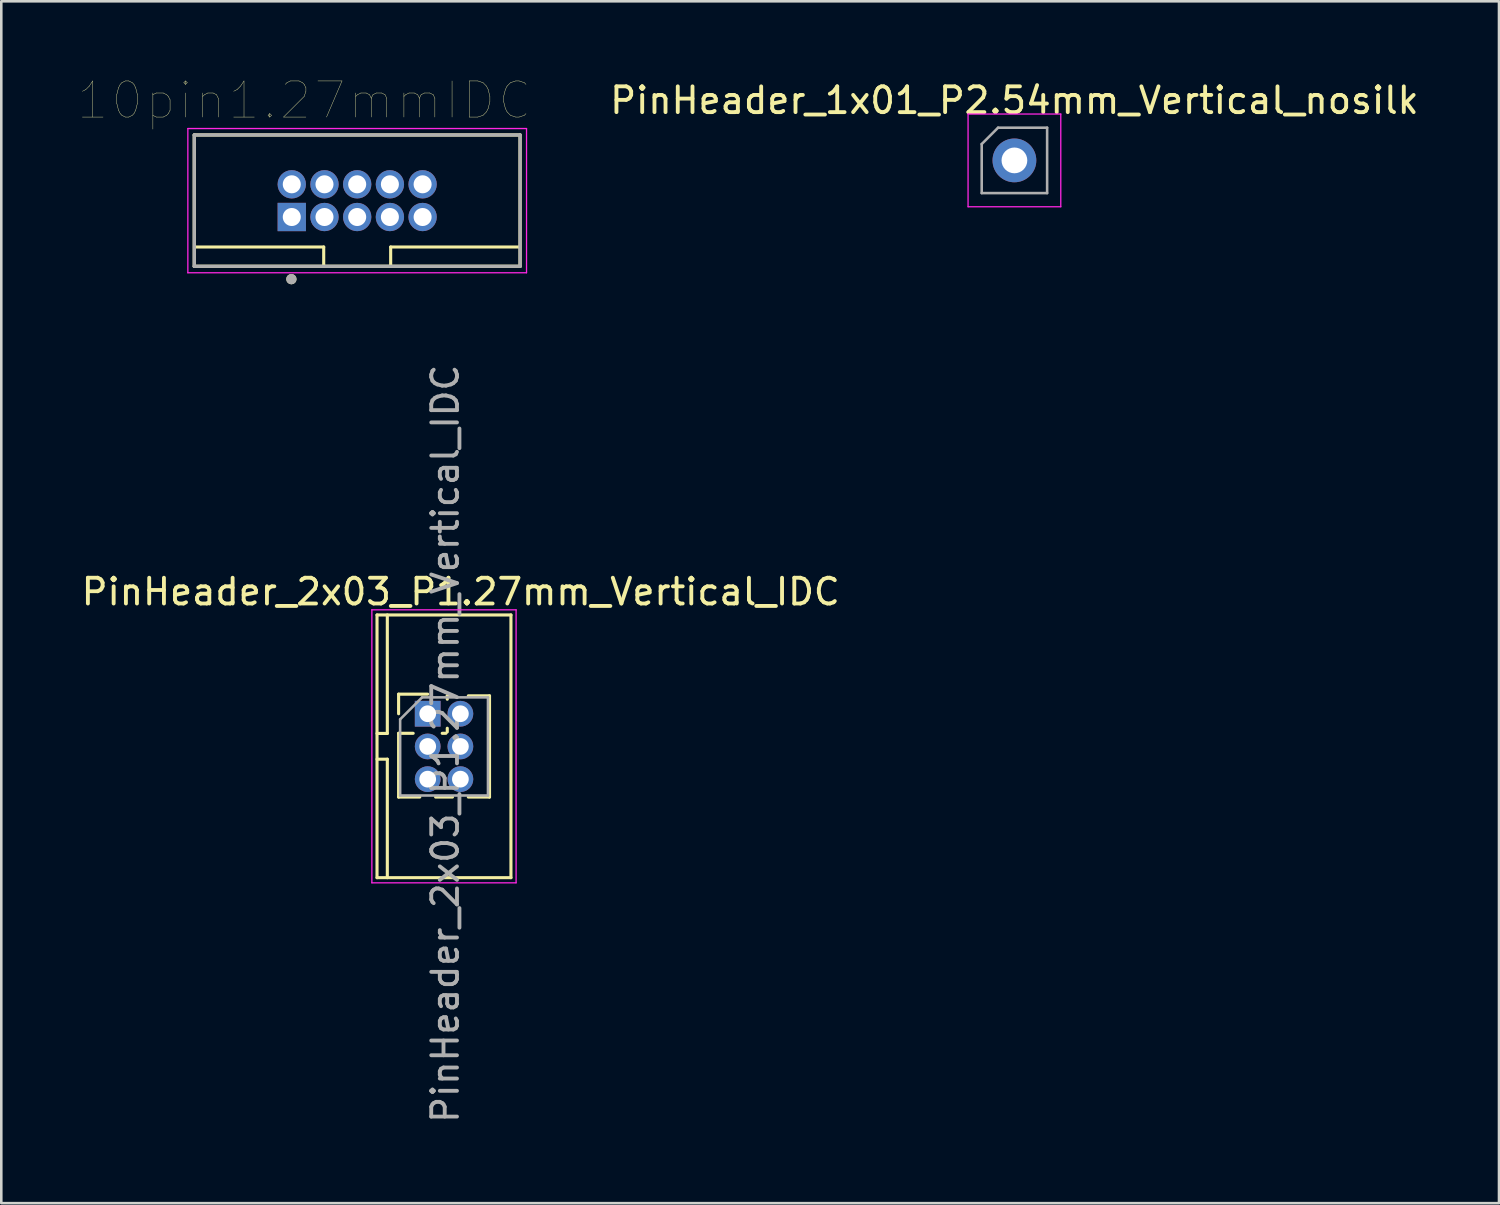
<source format=kicad_pcb>
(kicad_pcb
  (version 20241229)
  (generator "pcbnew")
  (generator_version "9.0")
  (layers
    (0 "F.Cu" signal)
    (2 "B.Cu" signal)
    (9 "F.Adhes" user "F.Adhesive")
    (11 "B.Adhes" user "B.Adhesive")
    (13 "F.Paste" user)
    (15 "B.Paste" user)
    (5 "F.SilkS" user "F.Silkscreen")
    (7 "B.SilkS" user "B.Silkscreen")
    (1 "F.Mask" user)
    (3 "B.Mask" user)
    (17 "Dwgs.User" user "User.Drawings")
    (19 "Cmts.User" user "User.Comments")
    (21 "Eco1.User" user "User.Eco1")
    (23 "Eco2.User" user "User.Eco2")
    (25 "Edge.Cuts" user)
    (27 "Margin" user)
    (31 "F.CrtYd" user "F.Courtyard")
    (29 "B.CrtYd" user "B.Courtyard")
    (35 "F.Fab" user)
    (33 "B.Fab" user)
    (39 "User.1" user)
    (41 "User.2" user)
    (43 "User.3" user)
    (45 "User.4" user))
  (footprint "PinHeader_1x01_P2.54mm_Vertical_nosilk"
    (layer "F.Cu")
    (at 36.338 3.178)
    (property "Reference" "PinHeader_1x01_P2.54mm_Vertical_nosilk" (at 0 -2.33 0) (layer "F.SilkS") (effects (font (size 1 1) (thickness 0.15))))
    (attr through_hole)
    (fp_line (start -1.8 -1.8) (end -1.8 1.8) (stroke (width 0.05) (type solid)) (layer "F.CrtYd"))
    (fp_line (start -1.8 1.8) (end 1.8 1.8) (stroke (width 0.05) (type solid)) (layer "F.CrtYd"))
    (fp_line (start 1.8 -1.8) (end -1.8 -1.8) (stroke (width 0.05) (type solid)) (layer "F.CrtYd"))
    (fp_line (start 1.8 1.8) (end 1.8 -1.8) (stroke (width 0.05) (type solid)) (layer "F.CrtYd"))
    (fp_line (start -1.27 -0.635) (end -0.635 -1.27) (stroke (width 0.1) (type solid)) (layer "F.Fab"))
    (fp_line (start -1.27 1.27) (end -1.27 -0.635) (stroke (width 0.1) (type solid)) (layer "F.Fab"))
    (fp_line (start -0.635 -1.27) (end 1.27 -1.27) (stroke (width 0.1) (type solid)) (layer "F.Fab"))
    (fp_line (start 1.27 -1.27) (end 1.27 1.27) (stroke (width 0.1) (type solid)) (layer "F.Fab"))
    (fp_line (start 1.27 1.27) (end -1.27 1.27) (stroke (width 0.1) (type solid)) (layer "F.Fab"))
    (pad "1" thru_hole circle (at 0 0) (size 1.7 1.7) (drill 1) (layers "*.Cu" "*.Mask")))
  (footprint "PinHeader_2x03_P1.27mm_Vertical_IDC"
    (layer "F.Cu")
    (at 14.189 25.928)
    (property "Reference" "PinHeader_2x03_P1.27mm_Vertical_IDC" (at 0.65 -6 0) (layer "F.SilkS") (effects (font (size 1 1) (thickness 0.15))))
    (attr through_hole)
    (fp_line (start -2.6 -5.1) (end 2.6 -5.1) (stroke (width 0.12) (type solid)) (layer "F.SilkS"))
    (fp_line (start -2.6 -0.5) (end -2.2 -0.5) (stroke (width 0.12) (type solid)) (layer "F.SilkS"))
    (fp_line (start -2.6 0.5) (end -2.2 0.5) (stroke (width 0.12) (type solid)) (layer "F.SilkS"))
    (fp_line (start -2.6 5.1) (end -2.6 -5.1) (stroke (width 0.12) (type solid)) (layer "F.SilkS"))
    (fp_line (start -2.2 -0.5) (end -2.2 -5.1) (stroke (width 0.12) (type solid)) (layer "F.SilkS"))
    (fp_line (start -2.2 0.5) (end -2.2 5.1) (stroke (width 0.12) (type solid)) (layer "F.SilkS"))
    (fp_line (start -1.762 -2.025) (end -0.632 -2.025) (stroke (width 0.12) (type solid)) (layer "F.SilkS"))
    (fp_line (start -1.762 -1.265) (end -1.762 -2.025) (stroke (width 0.12) (type solid)) (layer "F.SilkS"))
    (fp_line (start -1.762 -0.505) (end -1.762 1.97) (stroke (width 0.12) (type solid)) (layer "F.SilkS"))
    (fp_line (start -1.762 -0.505) (end -1.196 -0.505) (stroke (width 0.12) (type solid)) (layer "F.SilkS"))
    (fp_line (start -1.762 1.97) (end -0.94 1.97) (stroke (width 0.12) (type solid)) (layer "F.SilkS"))
    (fp_line (start -0.325 1.97) (end 0.33 1.97) (stroke (width 0.12) (type solid)) (layer "F.SilkS"))
    (fp_line (start -0.069 -0.505) (end 0.074 -0.505) (stroke (width 0.12) (type solid)) (layer "F.SilkS"))
    (fp_line (start 0.128 -1.96) (end 0.33 -1.96) (stroke (width 0.12) (type solid)) (layer "F.SilkS"))
    (fp_line (start 0.128 -1.828) (end 0.128 -1.96) (stroke (width 0.12) (type solid)) (layer "F.SilkS"))
    (fp_line (start 0.128 -0.558) (end 0.128 -0.702) (stroke (width 0.12) (type solid)) (layer "F.SilkS"))
    (fp_line (start 0.945 -1.96) (end 1.768 -1.96) (stroke (width 0.12) (type solid)) (layer "F.SilkS"))
    (fp_line (start 0.945 1.97) (end 1.768 1.97) (stroke (width 0.12) (type solid)) (layer "F.SilkS"))
    (fp_line (start 1.768 -1.96) (end 1.768 1.97) (stroke (width 0.12) (type solid)) (layer "F.SilkS"))
    (fp_line (start 2.6 -5.1) (end 2.6 5.1) (stroke (width 0.12) (type solid)) (layer "F.SilkS"))
    (fp_line (start 2.6 5.1) (end -2.6 5.1) (stroke (width 0.12) (type solid)) (layer "F.SilkS"))
    (fp_line (start -2.8 -5.3) (end -2.8 5.3) (stroke (width 0.05) (type solid)) (layer "F.CrtYd"))
    (fp_line (start -2.8 5.3) (end 2.8 5.3) (stroke (width 0.05) (type solid)) (layer "F.CrtYd"))
    (fp_line (start 2.8 -5.3) (end -2.8 -5.3) (stroke (width 0.05) (type solid)) (layer "F.CrtYd"))
    (fp_line (start 2.8 5.3) (end 2.8 -5.3) (stroke (width 0.05) (type solid)) (layer "F.CrtYd"))
    (fp_line (start -1.702 -1.048) (end -0.85 -1.9) (stroke (width 0.1) (type solid)) (layer "F.Fab"))
    (fp_line (start -1.702 1.91) (end -1.702 -1.048) (stroke (width 0.1) (type solid)) (layer "F.Fab"))
    (fp_line (start -0.85 -1.9) (end 1.708 -1.9) (stroke (width 0.1) (type solid)) (layer "F.Fab"))
    (fp_line (start 1.708 -1.9) (end 1.708 1.91) (stroke (width 0.1) (type solid)) (layer "F.Fab"))
    (fp_line (start 1.708 1.91) (end -1.702 1.91) (stroke (width 0.1) (type solid)) (layer "F.Fab"))
    (fp_text user "${REFERENCE}" (at 0.05 -0.1 90) (layer "F.Fab") (effects (font (size 1 1) (thickness 0.15))))
    (pad "1" thru_hole rect (at -0.632 -1.265) (size 1 1) (drill 0.65) (layers "*.Cu" "*.Mask"))
    (pad "2" thru_hole oval (at 0.637 -1.265) (size 1 1) (drill 0.65) (layers "*.Cu" "*.Mask"))
    (pad "3" thru_hole oval (at -0.632 0.005) (size 1 1) (drill 0.65) (layers "*.Cu" "*.Mask"))
    (pad "4" thru_hole oval (at 0.637 0.005) (size 1 1) (drill 0.65) (layers "*.Cu" "*.Mask"))
    (pad "5" thru_hole oval (at -0.632 1.275) (size 1 1) (drill 0.65) (layers "*.Cu" "*.Mask"))
    (pad "6" thru_hole oval (at 0.637 1.275) (size 1 1) (drill 0.65) (layers "*.Cu" "*.Mask")))
  (footprint "10pin1.27mmIDC"
    (layer "F.Cu")
    (at 10.819 4.741)
    (property "Reference" "10pin1.27mmIDC" (at -2.058 -3.894 0) (layer "F.SilkS") (effects (font (size 1.402 1.402) (thickness 0.015))))
    (attr through_hole)
    (fp_line (start -6.325 -2.55) (end 6.325 -2.55) (stroke (width 0.127) (type solid)) (layer "F.SilkS"))
    (fp_line (start -6.325 2.55) (end -6.325 -2.55) (stroke (width 0.127) (type solid)) (layer "F.SilkS"))
    (fp_line (start -1.3 1.8) (end -6.3 1.8) (stroke (width 0.12) (type solid)) (layer "F.SilkS"))
    (fp_line (start -1.3 2.5) (end -1.3 1.8) (stroke (width 0.12) (type solid)) (layer "F.SilkS"))
    (fp_line (start 1.3 1.8) (end 6.3 1.8) (stroke (width 0.12) (type solid)) (layer "F.SilkS"))
    (fp_line (start 1.3 2.5) (end 1.3 1.8) (stroke (width 0.12) (type solid)) (layer "F.SilkS"))
    (fp_line (start 6.325 -2.55) (end 6.325 2.55) (stroke (width 0.127) (type solid)) (layer "F.SilkS"))
    (fp_line (start 6.325 2.55) (end -6.325 2.55) (stroke (width 0.127) (type solid)) (layer "F.SilkS"))
    (fp_circle (center -2.555 3.048) (end -2.455 3.048) (stroke (width 0.2) (type solid)) (fill no) (layer "F.SilkS"))
    (fp_line (start -6.575 -2.8) (end 6.575 -2.8) (stroke (width 0.05) (type solid)) (layer "F.CrtYd"))
    (fp_line (start -6.575 2.8) (end -6.575 -2.8) (stroke (width 0.05) (type solid)) (layer "F.CrtYd"))
    (fp_line (start 6.575 -2.8) (end 6.575 2.8) (stroke (width 0.05) (type solid)) (layer "F.CrtYd"))
    (fp_line (start 6.575 2.8) (end -6.575 2.8) (stroke (width 0.05) (type solid)) (layer "F.CrtYd"))
    (fp_line (start -6.325 -2.55) (end 6.325 -2.55) (stroke (width 0.127) (type solid)) (layer "F.Fab"))
    (fp_line (start -6.325 2.55) (end -6.325 -2.55) (stroke (width 0.127) (type solid)) (layer "F.Fab"))
    (fp_line (start 6.325 -2.55) (end 6.325 2.55) (stroke (width 0.127) (type solid)) (layer "F.Fab"))
    (fp_line (start 6.325 2.55) (end -6.325 2.55) (stroke (width 0.127) (type solid)) (layer "F.Fab"))
    (fp_circle (center -2.555 3.048) (end -2.455 3.048) (stroke (width 0.2) (type solid)) (fill no) (layer "F.Fab"))
    (pad "1" thru_hole rect (at -2.54 0.635) (size 1.1 1.1) (drill 0.7) (layers "*.Cu" "*.Mask"))
    (pad "2" thru_hole circle (at -2.54 -0.635) (size 1.1 1.1) (drill 0.7) (layers "*.Cu" "*.Mask"))
    (pad "3" thru_hole circle (at -1.27 0.635) (size 1.1 1.1) (drill 0.7) (layers "*.Cu" "*.Mask"))
    (pad "4" thru_hole circle (at -1.27 -0.635) (size 1.1 1.1) (drill 0.7) (layers "*.Cu" "*.Mask"))
    (pad "5" thru_hole circle (at 0 0.635) (size 1.1 1.1) (drill 0.7) (layers "*.Cu" "*.Mask"))
    (pad "6" thru_hole circle (at 0 -0.635) (size 1.1 1.1) (drill 0.7) (layers "*.Cu" "*.Mask"))
    (pad "7" thru_hole circle (at 1.27 0.635) (size 1.1 1.1) (drill 0.7) (layers "*.Cu" "*.Mask"))
    (pad "8" thru_hole circle (at 1.27 -0.635) (size 1.1 1.1) (drill 0.7) (layers "*.Cu" "*.Mask"))
    (pad "9" thru_hole circle (at 2.54 0.635) (size 1.1 1.1) (drill 0.7) (layers "*.Cu" "*.Mask"))
    (pad "10" thru_hole circle (at 2.54 -0.635) (size 1.1 1.1) (drill 0.7) (layers "*.Cu" "*.Mask")))
  (gr_rect
    (start -3 -3)
    (end 55.153 43.667)
    (stroke (width 0.1) (type default))
    (fill no)
    (layer "Edge.Cuts")))
</source>
